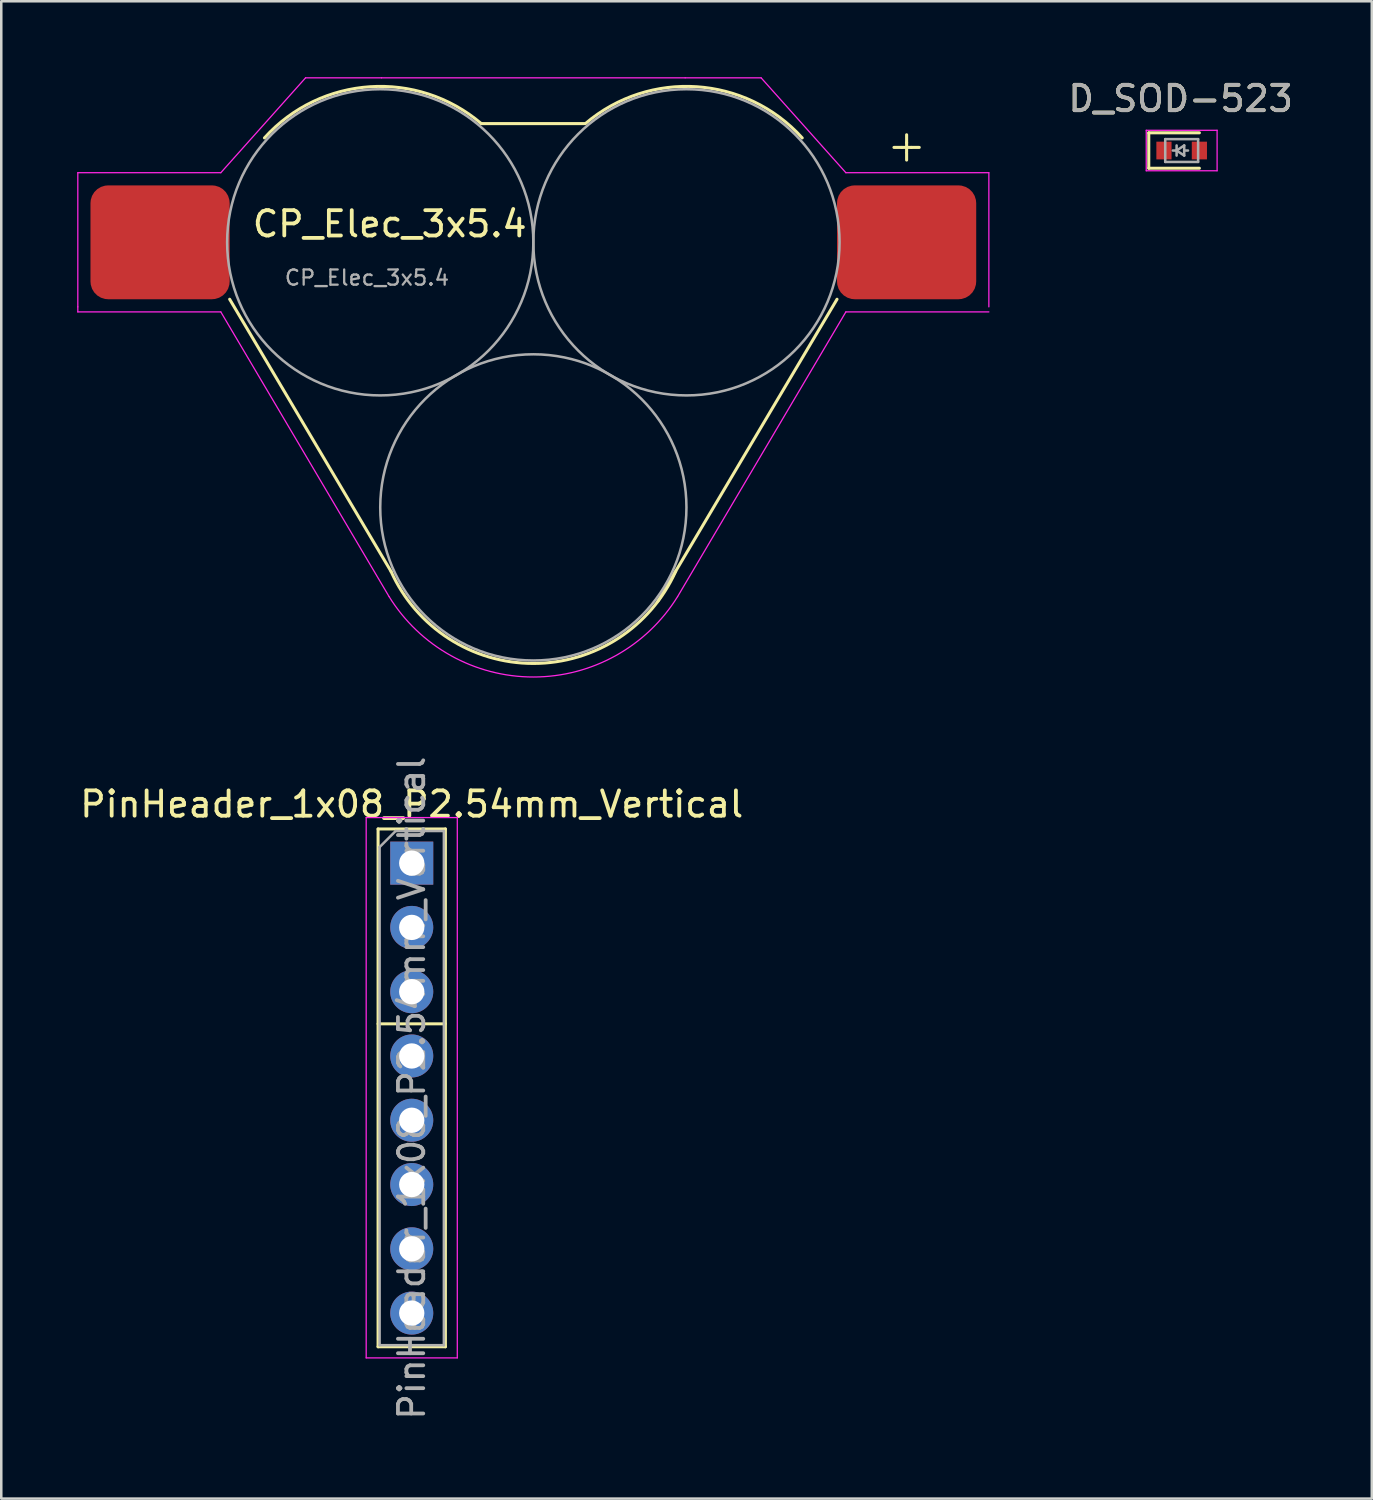
<source format=kicad_pcb>
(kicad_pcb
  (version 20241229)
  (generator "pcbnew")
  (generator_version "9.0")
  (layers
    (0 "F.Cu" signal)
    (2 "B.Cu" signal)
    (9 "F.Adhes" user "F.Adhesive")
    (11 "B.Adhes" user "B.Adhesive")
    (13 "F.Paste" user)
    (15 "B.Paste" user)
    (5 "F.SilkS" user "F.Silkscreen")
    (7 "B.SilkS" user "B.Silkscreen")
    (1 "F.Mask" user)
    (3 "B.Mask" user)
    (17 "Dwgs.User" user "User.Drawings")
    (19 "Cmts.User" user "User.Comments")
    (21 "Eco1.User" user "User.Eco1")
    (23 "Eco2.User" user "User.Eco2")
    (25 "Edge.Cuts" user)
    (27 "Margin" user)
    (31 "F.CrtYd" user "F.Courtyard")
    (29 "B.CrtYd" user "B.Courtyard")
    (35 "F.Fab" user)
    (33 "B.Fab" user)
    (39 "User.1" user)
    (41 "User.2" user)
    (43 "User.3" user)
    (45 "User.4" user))
  (footprint "D_SOD-523"
    (layer "F.Cu")
    (at 43.644 2.898)
    (property "Reference" "D_SOD-523" (at -0.04 -2.05 0) (layer "F.SilkS") (effects (font (size 1 1) (thickness 0.15))))
    (attr smd)
    (fp_line (start -1.3 -0.7) (end -1.3 0.7) (stroke (width 0.12) (type solid)) (layer "F.SilkS"))
    (fp_line (start 0.7 -0.7) (end -1.3 -0.7) (stroke (width 0.12) (type solid)) (layer "F.SilkS"))
    (fp_line (start 0.7 0.7) (end -1.3 0.7) (stroke (width 0.12) (type solid)) (layer "F.SilkS"))
    (fp_line (start -1.4 -0.8) (end 1.4 -0.8) (stroke (width 0.05) (type solid)) (layer "F.CrtYd"))
    (fp_line (start -1.4 0.8) (end -1.4 -0.8) (stroke (width 0.05) (type solid)) (layer "F.CrtYd"))
    (fp_line (start 1.4 -0.8) (end 1.4 0.8) (stroke (width 0.05) (type solid)) (layer "F.CrtYd"))
    (fp_line (start 1.4 0.8) (end -1.4 0.8) (stroke (width 0.05) (type solid)) (layer "F.CrtYd"))
    (fp_line (start -0.65 -0.45) (end 0.65 -0.45) (stroke (width 0.1) (type solid)) (layer "F.Fab"))
    (fp_line (start -0.65 0.45) (end -0.65 -0.45) (stroke (width 0.1) (type solid)) (layer "F.Fab"))
    (fp_line (start -0.2 0) (end -0.35 0) (stroke (width 0.1) (type solid)) (layer "F.Fab"))
    (fp_line (start -0.2 0) (end 0.1 0.2) (stroke (width 0.1) (type solid)) (layer "F.Fab"))
    (fp_line (start -0.2 0.2) (end -0.2 -0.2) (stroke (width 0.1) (type solid)) (layer "F.Fab"))
    (fp_line (start 0.1 -0.2) (end -0.2 0) (stroke (width 0.1) (type solid)) (layer "F.Fab"))
    (fp_line (start 0.1 0) (end 0.25 0) (stroke (width 0.1) (type solid)) (layer "F.Fab"))
    (fp_line (start 0.1 0.2) (end 0.1 -0.2) (stroke (width 0.1) (type solid)) (layer "F.Fab"))
    (fp_line (start 0.65 -0.45) (end 0.65 0.45) (stroke (width 0.1) (type solid)) (layer "F.Fab"))
    (fp_line (start 0.65 0.45) (end -0.65 0.45) (stroke (width 0.1) (type solid)) (layer "F.Fab"))
    (fp_text user "${REFERENCE}" (at -0.04 -2.05 0) (layer "F.Fab") (effects (font (size 1 1) (thickness 0.15))))
    (pad "1" smd rect (at -0.7 0 180) (size 0.6 0.7) (layers "F.Cu" "F.Mask" "F.Paste"))
    (pad "2" smd rect (at 0.7 0 180) (size 0.6 0.7) (layers "F.Cu" "F.Mask" "F.Paste")))
  (footprint "CP_Elec_3x5.4"
    (layer "F.Cu")
    (at 18.025 6.525)
    (property "Reference" "CP_Elec_3x5.4" (at -5.675 -0.725 0) (layer "F.SilkS") (effects (font (size 1 1) (thickness 0.15))))
    (attr smd)
    (fp_line (start -5.621 13.008) (end -12 2.25) (stroke (width 0.12) (type solid)) (layer "F.SilkS"))
    (fp_line (start -2.058 -4.691) (end 2.025 -4.691) (stroke (width 0.12) (type solid)) (layer "F.SilkS"))
    (fp_line (start 4.925 14.175) (end 12 2.25) (stroke (width 0.12) (type solid)) (layer "F.SilkS"))
    (fp_line (start 14.562 -3.75) (end 14.25 -3.75) (stroke (width 0.12) (type solid)) (layer "F.SilkS"))
    (fp_line (start 14.562 -3.75) (end 14.938 -3.75) (stroke (width 0.12) (type solid)) (layer "F.SilkS"))
    (fp_line (start 14.75 -3.938) (end 14.75 -4.25) (stroke (width 0.12) (type solid)) (layer "F.SilkS"))
    (fp_line (start 14.75 -3.938) (end 14.75 -3.562) (stroke (width 0.12) (type solid)) (layer "F.SilkS"))
    (fp_line (start 14.75 -3.525) (end 14.75 -3.25) (stroke (width 0.12) (type solid)) (layer "F.SilkS"))
    (fp_line (start 14.938 -3.75) (end 15.25 -3.75) (stroke (width 0.12) (type solid)) (layer "F.SilkS"))
    (fp_arc (start -10.624999 -4.124999) (mid -6.456161 -6.146647) (end -2.057556 -4.691122) (stroke (width 0.12) (type solid)) (layer "F.SilkS"))
    (fp_arc (start 2.057556 -4.691122) (mid 6.456161 -6.146647) (end 10.624999 -4.124999) (stroke (width 0.12) (type solid)) (layer "F.SilkS"))
    (fp_arc (start 5.624999 13) (mid 0.004499 16.640729) (end -5.621308 13.008207) (stroke (width 0.12) (type solid)) (layer "F.SilkS"))
    (fp_line (start -18 -2.75) (end -18 2.55) (stroke (width 0.05) (type solid)) (layer "F.CrtYd"))
    (fp_line (start -18 -2.75) (end -12.35 -2.75) (stroke (width 0.05) (type solid)) (layer "F.CrtYd"))
    (fp_line (start -18 2.55) (end -18 2.75) (stroke (width 0.05) (type solid)) (layer "F.CrtYd"))
    (fp_line (start -18 2.75) (end -12.35 2.75) (stroke (width 0.05) (type solid)) (layer "F.CrtYd"))
    (fp_line (start -12.35 -2.75) (end -9 -6.5) (stroke (width 0.05) (type solid)) (layer "F.CrtYd"))
    (fp_line (start -12.35 2.75) (end -5.7 14) (stroke (width 0.05) (type solid)) (layer "F.CrtYd"))
    (fp_line (start -9 -6.5) (end -6 -6.5) (stroke (width 0.05) (type solid)) (layer "F.CrtYd"))
    (fp_line (start -6 -6.5) (end 6 -6.5) (stroke (width 0.05) (type solid)) (layer "F.CrtYd"))
    (fp_line (start 9 -6.5) (end 6 -6.5) (stroke (width 0.05) (type solid)) (layer "F.CrtYd"))
    (fp_line (start 12.35 -2.75) (end 9 -6.5) (stroke (width 0.05) (type solid)) (layer "F.CrtYd"))
    (fp_line (start 12.35 2.75) (end 5.7 14) (stroke (width 0.05) (type solid)) (layer "F.CrtYd"))
    (fp_line (start 18 -2.75) (end 12.35 -2.75) (stroke (width 0.05) (type solid)) (layer "F.CrtYd"))
    (fp_line (start 18 -2.75) (end 18 2.55) (stroke (width 0.05) (type solid)) (layer "F.CrtYd"))
    (fp_line (start 18 2.75) (end 12.35 2.75) (stroke (width 0.05) (type solid)) (layer "F.CrtYd"))
    (fp_arc (start 5.7 14) (mid 0 17.176912) (end -5.7 14) (stroke (width 0.05) (type solid)) (layer "F.CrtYd"))
    (fp_circle (center -6.05 0) (end 0 0) (stroke (width 0.1) (type solid)) (fill no) (layer "F.Fab"))
    (fp_circle (center 0 10.475) (end 6.05 10.475) (stroke (width 0.1) (type solid)) (fill no) (layer "F.Fab"))
    (fp_circle (center 6.05 0) (end 0 0) (stroke (width 0.1) (type solid)) (fill no) (layer "F.Fab"))
    (fp_text user "${REFERENCE}" (at -6.575 1.4 0) (layer "F.Fab") (effects (font (size 0.6 0.6) (thickness 0.09))))
    (pad "1" smd roundrect (at 14.75 0) (size 5.5 4.5) (layers "F.Cu" "F.Mask" "F.Paste") (roundrect_rratio 0.156))
    (pad "2" smd roundrect (at -14.75 0) (size 5.5 4.5) (layers "F.Cu" "F.Mask" "F.Paste") (roundrect_rratio 0.156)))
  (footprint "PinHeader_1x08_P2.54mm_Vertical"
    (layer "F.Cu")
    (at 13.22 31.057)
    (property "Reference" "PinHeader_1x08_P2.54mm_Vertical" (at 0 -2.33 0) (layer "F.SilkS") (effects (font (size 1 1) (thickness 0.15))))
    (attr through_hole)
    (fp_line (start -1.33 -1.35) (end -1.33 19.11) (stroke (width 0.12) (type solid)) (layer "F.SilkS"))
    (fp_line (start -1.33 -1.35) (end 1.33 -1.35) (stroke (width 0.12) (type solid)) (layer "F.SilkS"))
    (fp_line (start -1.33 6.35) (end 1.33 6.35) (stroke (width 0.12) (type solid)) (layer "F.SilkS"))
    (fp_line (start -1.33 19.11) (end 1.33 19.11) (stroke (width 0.12) (type solid)) (layer "F.SilkS"))
    (fp_line (start 1.33 -1.35) (end 1.33 19.11) (stroke (width 0.12) (type solid)) (layer "F.SilkS"))
    (fp_line (start -1.8 -1.8) (end -1.8 19.55) (stroke (width 0.05) (type solid)) (layer "F.CrtYd"))
    (fp_line (start -1.8 19.55) (end 1.8 19.55) (stroke (width 0.05) (type solid)) (layer "F.CrtYd"))
    (fp_line (start 1.8 -1.8) (end -1.8 -1.8) (stroke (width 0.05) (type solid)) (layer "F.CrtYd"))
    (fp_line (start 1.8 19.55) (end 1.8 -1.8) (stroke (width 0.05) (type solid)) (layer "F.CrtYd"))
    (fp_line (start -1.27 -0.635) (end -0.635 -1.27) (stroke (width 0.1) (type solid)) (layer "F.Fab"))
    (fp_line (start -1.27 19.05) (end -1.27 -0.635) (stroke (width 0.1) (type solid)) (layer "F.Fab"))
    (fp_line (start -0.635 -1.27) (end 1.27 -1.27) (stroke (width 0.1) (type solid)) (layer "F.Fab"))
    (fp_line (start 1.27 -1.27) (end 1.27 19.05) (stroke (width 0.1) (type solid)) (layer "F.Fab"))
    (fp_line (start 1.27 19.05) (end -1.27 19.05) (stroke (width 0.1) (type solid)) (layer "F.Fab"))
    (fp_text user "${REFERENCE}" (at 0 8.89 90) (layer "F.Fab") (effects (font (size 1 1) (thickness 0.15))))
    (pad "1" thru_hole rect (at 0 0) (size 1.7 1.7) (drill 1) (layers "*.Cu" "*.Mask"))
    (pad "2" thru_hole oval (at 0 2.54) (size 1.7 1.7) (drill 1) (layers "*.Cu" "*.Mask"))
    (pad "3" thru_hole oval (at 0 5.08) (size 1.7 1.7) (drill 1) (layers "*.Cu" "*.Mask"))
    (pad "4" thru_hole oval (at 0 7.62) (size 1.7 1.7) (drill 1) (layers "*.Cu" "*.Mask"))
    (pad "5" thru_hole oval (at 0 10.16) (size 1.7 1.7) (drill 1) (layers "*.Cu" "*.Mask"))
    (pad "6" thru_hole oval (at 0 12.7) (size 1.7 1.7) (drill 1) (layers "*.Cu" "*.Mask"))
    (pad "7" thru_hole oval (at 0 15.24) (size 1.7 1.7) (drill 1) (layers "*.Cu" "*.Mask"))
    (pad "8" thru_hole oval (at 0 17.78) (size 1.7 1.7) (drill 1) (layers "*.Cu" "*.Mask")))
  (gr_rect
    (start -3 -3)
    (end 51.157 56.167)
    (stroke (width 0.1) (type default))
    (fill no)
    (layer "Edge.Cuts")))
</source>
